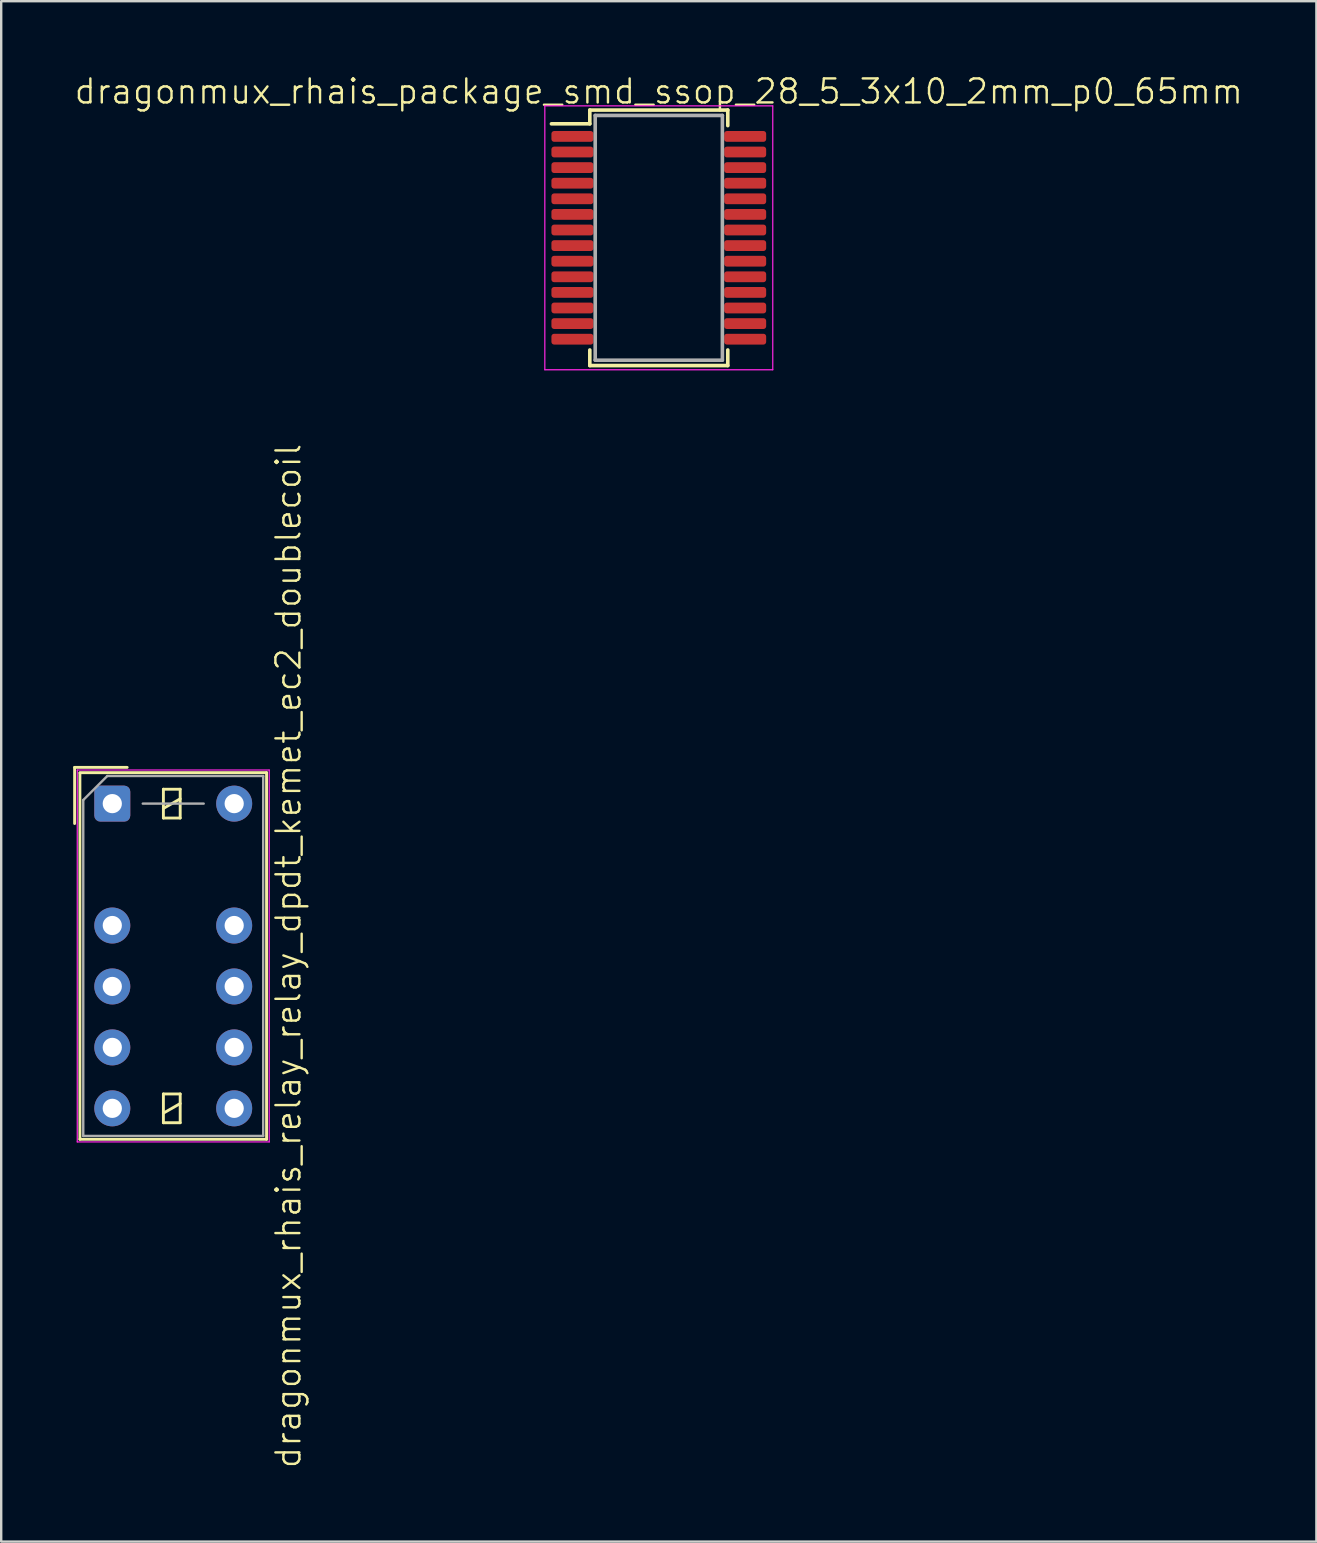
<source format=kicad_pcb>
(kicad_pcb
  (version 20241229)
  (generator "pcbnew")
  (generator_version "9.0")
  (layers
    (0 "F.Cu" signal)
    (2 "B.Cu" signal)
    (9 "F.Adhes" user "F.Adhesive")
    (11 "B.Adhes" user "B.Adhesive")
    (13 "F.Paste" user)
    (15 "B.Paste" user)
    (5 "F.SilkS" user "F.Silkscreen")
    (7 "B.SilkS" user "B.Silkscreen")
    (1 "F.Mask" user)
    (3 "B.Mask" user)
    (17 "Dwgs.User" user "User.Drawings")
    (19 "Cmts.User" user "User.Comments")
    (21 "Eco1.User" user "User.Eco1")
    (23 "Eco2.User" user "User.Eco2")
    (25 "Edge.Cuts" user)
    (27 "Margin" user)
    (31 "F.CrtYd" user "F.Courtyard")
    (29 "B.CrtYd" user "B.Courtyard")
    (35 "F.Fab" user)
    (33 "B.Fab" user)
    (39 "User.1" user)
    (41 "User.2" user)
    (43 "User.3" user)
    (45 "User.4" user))
  (footprint "dragonmux_rhais_package_smd_ssop_28_5_3x10_2mm_p0_65mm"
    (layer "F.Cu")
    (at 24.407 6.861)
    (property "Reference" "dragonmux_rhais_package_smd_ssop_28_5_3x10_2mm_p0_65mm" (at 0 -6.1 0) (layer "F.SilkS") (effects (font (size 1 1) (thickness 0.1))))
    (attr smd)
    (fp_line (start -2.875 -5.325) (end -2.875 -4.75) (stroke (width 0.15) (type solid)) (layer "F.SilkS"))
    (fp_line (start -2.875 -5.325) (end 2.875 -5.325) (stroke (width 0.15) (type solid)) (layer "F.SilkS"))
    (fp_line (start -2.875 -4.75) (end -4.475 -4.75) (stroke (width 0.15) (type solid)) (layer "F.SilkS"))
    (fp_line (start -2.875 5.325) (end -2.875 4.675) (stroke (width 0.15) (type solid)) (layer "F.SilkS"))
    (fp_line (start -2.875 5.325) (end 2.875 5.325) (stroke (width 0.15) (type solid)) (layer "F.SilkS"))
    (fp_line (start 2.875 -5.325) (end 2.875 -4.675) (stroke (width 0.15) (type solid)) (layer "F.SilkS"))
    (fp_line (start 2.875 5.325) (end 2.875 4.675) (stroke (width 0.15) (type solid)) (layer "F.SilkS"))
    (fp_line (start -4.75 -5.5) (end -4.75 5.5) (stroke (width 0.05) (type solid)) (layer "F.CrtYd"))
    (fp_line (start -4.75 -5.5) (end 4.75 -5.5) (stroke (width 0.05) (type solid)) (layer "F.CrtYd"))
    (fp_line (start -4.75 5.5) (end 4.75 5.5) (stroke (width 0.05) (type solid)) (layer "F.CrtYd"))
    (fp_line (start 4.75 -5.5) (end 4.75 5.5) (stroke (width 0.05) (type solid)) (layer "F.CrtYd"))
    (fp_line (start -2.65 -5.1) (end 2.65 -5.1) (stroke (width 0.15) (type solid)) (layer "F.Fab"))
    (fp_line (start -2.65 5.1) (end -2.65 -5.1) (stroke (width 0.15) (type solid)) (layer "F.Fab"))
    (fp_line (start 2.65 -5.1) (end 2.65 5.1) (stroke (width 0.15) (type solid)) (layer "F.Fab"))
    (fp_line (start 2.65 5.1) (end -2.65 5.1) (stroke (width 0.15) (type solid)) (layer "F.Fab"))
    (pad "1" smd roundrect (at -3.6 -4.225) (size 1.75 0.45) (layers "F.Cu" "F.Mask" "F.Paste") (roundrect_rratio 0.25))
    (pad "2" smd roundrect (at -3.6 -3.575) (size 1.75 0.45) (layers "F.Cu" "F.Mask" "F.Paste") (roundrect_rratio 0.25))
    (pad "3" smd roundrect (at -3.6 -2.925) (size 1.75 0.45) (layers "F.Cu" "F.Mask" "F.Paste") (roundrect_rratio 0.25))
    (pad "4" smd roundrect (at -3.6 -2.275) (size 1.75 0.45) (layers "F.Cu" "F.Mask" "F.Paste") (roundrect_rratio 0.25))
    (pad "5" smd roundrect (at -3.6 -1.625) (size 1.75 0.45) (layers "F.Cu" "F.Mask" "F.Paste") (roundrect_rratio 0.25))
    (pad "6" smd roundrect (at -3.6 -0.975) (size 1.75 0.45) (layers "F.Cu" "F.Mask" "F.Paste") (roundrect_rratio 0.25))
    (pad "7" smd roundrect (at -3.6 -0.325) (size 1.75 0.45) (layers "F.Cu" "F.Mask" "F.Paste") (roundrect_rratio 0.25))
    (pad "8" smd roundrect (at -3.6 0.325) (size 1.75 0.45) (layers "F.Cu" "F.Mask" "F.Paste") (roundrect_rratio 0.25))
    (pad "9" smd roundrect (at -3.6 0.975) (size 1.75 0.45) (layers "F.Cu" "F.Mask" "F.Paste") (roundrect_rratio 0.25))
    (pad "10" smd roundrect (at -3.6 1.625) (size 1.75 0.45) (layers "F.Cu" "F.Mask" "F.Paste") (roundrect_rratio 0.25))
    (pad "11" smd roundrect (at -3.6 2.275) (size 1.75 0.45) (layers "F.Cu" "F.Mask" "F.Paste") (roundrect_rratio 0.25))
    (pad "12" smd roundrect (at -3.6 2.925) (size 1.75 0.45) (layers "F.Cu" "F.Mask" "F.Paste") (roundrect_rratio 0.25))
    (pad "13" smd roundrect (at -3.6 3.575) (size 1.75 0.45) (layers "F.Cu" "F.Mask" "F.Paste") (roundrect_rratio 0.25))
    (pad "14" smd roundrect (at -3.6 4.225) (size 1.75 0.45) (layers "F.Cu" "F.Mask" "F.Paste") (roundrect_rratio 0.25))
    (pad "15" smd roundrect (at 3.6 4.225) (size 1.75 0.45) (layers "F.Cu" "F.Mask" "F.Paste") (roundrect_rratio 0.25))
    (pad "16" smd roundrect (at 3.6 3.575) (size 1.75 0.45) (layers "F.Cu" "F.Mask" "F.Paste") (roundrect_rratio 0.25))
    (pad "17" smd roundrect (at 3.6 2.925) (size 1.75 0.45) (layers "F.Cu" "F.Mask" "F.Paste") (roundrect_rratio 0.25))
    (pad "18" smd roundrect (at 3.6 2.275) (size 1.75 0.45) (layers "F.Cu" "F.Mask" "F.Paste") (roundrect_rratio 0.25))
    (pad "19" smd roundrect (at 3.6 1.625) (size 1.75 0.45) (layers "F.Cu" "F.Mask" "F.Paste") (roundrect_rratio 0.25))
    (pad "20" smd roundrect (at 3.6 0.975) (size 1.75 0.45) (layers "F.Cu" "F.Mask" "F.Paste") (roundrect_rratio 0.25))
    (pad "21" smd roundrect (at 3.6 0.325) (size 1.75 0.45) (layers "F.Cu" "F.Mask" "F.Paste") (roundrect_rratio 0.25))
    (pad "22" smd roundrect (at 3.6 -0.325) (size 1.75 0.45) (layers "F.Cu" "F.Mask" "F.Paste") (roundrect_rratio 0.25))
    (pad "23" smd roundrect (at 3.6 -0.975) (size 1.75 0.45) (layers "F.Cu" "F.Mask" "F.Paste") (roundrect_rratio 0.25))
    (pad "24" smd roundrect (at 3.6 -1.625) (size 1.75 0.45) (layers "F.Cu" "F.Mask" "F.Paste") (roundrect_rratio 0.25))
    (pad "25" smd roundrect (at 3.6 -2.275) (size 1.75 0.45) (layers "F.Cu" "F.Mask" "F.Paste") (roundrect_rratio 0.25))
    (pad "26" smd roundrect (at 3.6 -2.925) (size 1.75 0.45) (layers "F.Cu" "F.Mask" "F.Paste") (roundrect_rratio 0.25))
    (pad "27" smd roundrect (at 3.6 -3.575) (size 1.75 0.45) (layers "F.Cu" "F.Mask" "F.Paste") (roundrect_rratio 0.25))
    (pad "28" smd roundrect (at 3.6 -4.225) (size 1.75 0.45) (layers "F.Cu" "F.Mask" "F.Paste") (roundrect_rratio 0.25)))
  (footprint "dragonmux_rhais_relay_relay_dpdt_kemet_ec2_doublecoil"
    (layer "F.Cu")
    (at 4.17 36.793)
    (property "Reference" "dragonmux_rhais_relay_relay_dpdt_kemet_ec2_doublecoil" (at 4.8 0 270) (layer "F.SilkS") (effects (font (size 1 1) (thickness 0.1))))
    (attr through_hole)
    (fp_line (start -4.11 -7.86) (end -1.92 -7.86) (stroke (width 0.12) (type solid)) (layer "F.SilkS"))
    (fp_line (start -4.11 -5.52) (end -4.11 -7.86) (stroke (width 0.12) (type solid)) (layer "F.SilkS"))
    (fp_line (start -3.89 -7.62) (end -3.89 7.64) (stroke (width 0.12) (type solid)) (layer "F.SilkS"))
    (fp_line (start -0.41 -6.95) (end -0.41 -5.75) (stroke (width 0.12) (type solid)) (layer "F.SilkS"))
    (fp_line (start -0.41 -6.15) (end 0.29 -6.55) (stroke (width 0.12) (type solid)) (layer "F.SilkS"))
    (fp_line (start -0.41 -5.75) (end 0.29 -5.75) (stroke (width 0.12) (type solid)) (layer "F.SilkS"))
    (fp_line (start -0.41 5.75) (end -0.41 6.95) (stroke (width 0.12) (type solid)) (layer "F.SilkS"))
    (fp_line (start -0.41 6.55) (end 0.29 6.15) (stroke (width 0.12) (type solid)) (layer "F.SilkS"))
    (fp_line (start -0.41 6.95) (end 0.29 6.95) (stroke (width 0.12) (type solid)) (layer "F.SilkS"))
    (fp_line (start 0.29 -6.95) (end -0.41 -6.95) (stroke (width 0.12) (type solid)) (layer "F.SilkS"))
    (fp_line (start 0.29 -5.75) (end 0.29 -6.95) (stroke (width 0.12) (type solid)) (layer "F.SilkS"))
    (fp_line (start 0.29 5.75) (end -0.41 5.75) (stroke (width 0.12) (type solid)) (layer "F.SilkS"))
    (fp_line (start 0.29 6.95) (end 0.29 5.75) (stroke (width 0.12) (type solid)) (layer "F.SilkS"))
    (fp_line (start 3.89 -7.64) (end -3.89 -7.64) (stroke (width 0.12) (type solid)) (layer "F.SilkS"))
    (fp_line (start 3.89 -7.64) (end 3.89 7.64) (stroke (width 0.12) (type solid)) (layer "F.SilkS"))
    (fp_line (start 3.89 7.64) (end -3.89 7.64) (stroke (width 0.12) (type solid)) (layer "F.SilkS"))
    (fp_line (start -4 -7.75) (end -4 7.75) (stroke (width 0.05) (type solid)) (layer "F.CrtYd"))
    (fp_line (start -4 7.75) (end 4 7.75) (stroke (width 0.05) (type solid)) (layer "F.CrtYd"))
    (fp_line (start 4 -7.75) (end -4 -7.75) (stroke (width 0.05) (type solid)) (layer "F.CrtYd"))
    (fp_line (start 4 -7.75) (end 4 7.75) (stroke (width 0.05) (type solid)) (layer "F.CrtYd"))
    (fp_line (start -3.75 -6.5) (end -3.75 7.5) (stroke (width 0.1) (type solid)) (layer "F.Fab"))
    (fp_line (start -3.75 -6.5) (end -2.75 -7.5) (stroke (width 0.1) (type solid)) (layer "F.Fab"))
    (fp_line (start -1.27 -6.35) (end 1.27 -6.35) (stroke (width 0.1) (type solid)) (layer "F.Fab"))
    (fp_line (start 3.75 -7.5) (end -2.75 -7.5) (stroke (width 0.1) (type solid)) (layer "F.Fab"))
    (fp_line (start 3.75 -7.5) (end 3.75 7.5) (stroke (width 0.1) (type solid)) (layer "F.Fab"))
    (fp_line (start 3.75 7.5) (end -3.75 7.5) (stroke (width 0.1) (type solid)) (layer "F.Fab"))
    (pad "1" thru_hole roundrect (at -2.54 -6.35) (size 1.5 1.5) (drill 0.8) (layers "*.Cu" "*.Mask") (roundrect_rratio 0.167))
    (pad "3" thru_hole circle (at -2.54 -1.27) (size 1.5 1.5) (drill 0.8) (layers "*.Cu" "*.Mask"))
    (pad "4" thru_hole circle (at -2.54 1.27) (size 1.5 1.5) (drill 0.8) (layers "*.Cu" "*.Mask"))
    (pad "5" thru_hole circle (at -2.54 3.81) (size 1.5 1.5) (drill 0.8) (layers "*.Cu" "*.Mask"))
    (pad "6" thru_hole circle (at -2.54 6.35) (size 1.5 1.5) (drill 0.8) (layers "*.Cu" "*.Mask"))
    (pad "7" thru_hole circle (at 2.54 6.35) (size 1.5 1.5) (drill 0.8) (layers "*.Cu" "*.Mask"))
    (pad "8" thru_hole circle (at 2.54 3.81) (size 1.5 1.5) (drill 0.8) (layers "*.Cu" "*.Mask"))
    (pad "9" thru_hole circle (at 2.54 1.27) (size 1.5 1.5) (drill 0.8) (layers "*.Cu" "*.Mask"))
    (pad "10" thru_hole circle (at 2.54 -1.27) (size 1.5 1.5) (drill 0.8) (layers "*.Cu" "*.Mask"))
    (pad "12" thru_hole circle (at 2.54 -6.35) (size 1.5 1.5) (drill 0.8) (layers "*.Cu" "*.Mask")))
  (gr_rect
    (start -3 -3)
    (end 51.814 61.2)
    (stroke (width 0.1) (type default))
    (fill no)
    (layer "Edge.Cuts")))
</source>
